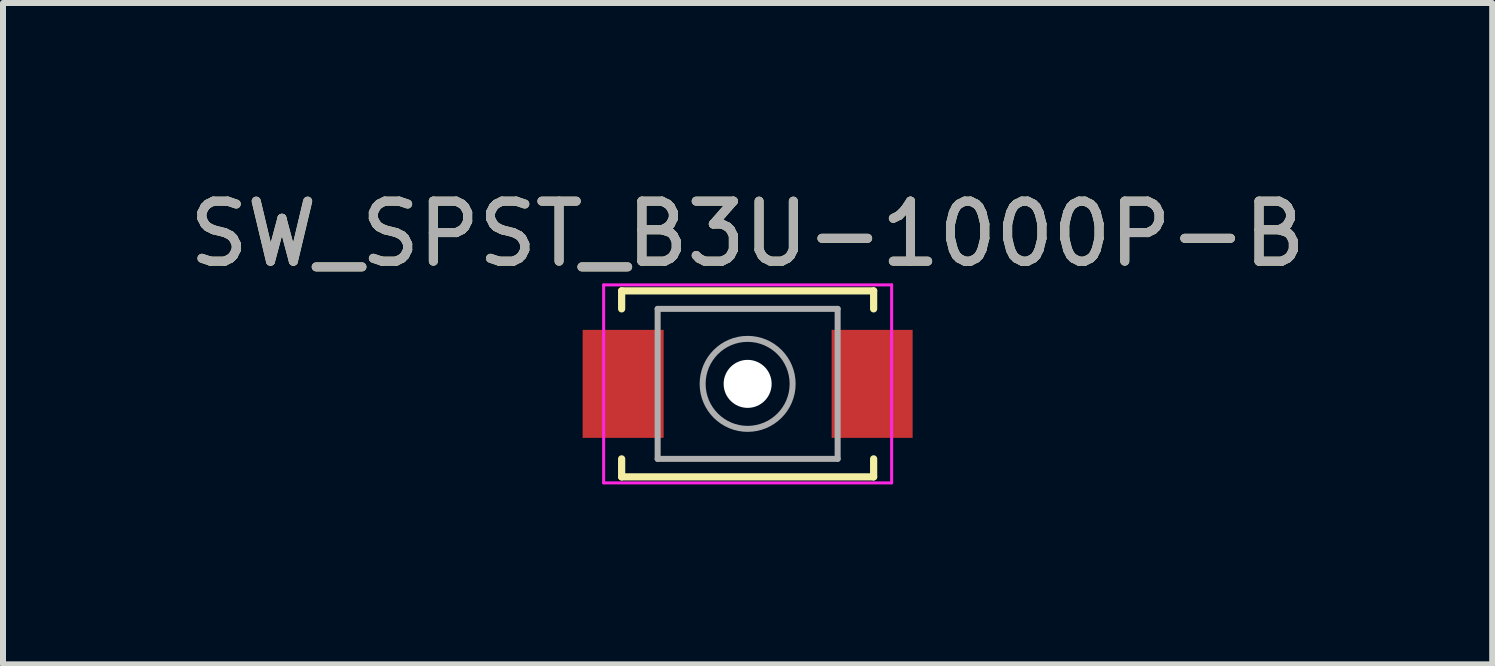
<source format=kicad_pcb>
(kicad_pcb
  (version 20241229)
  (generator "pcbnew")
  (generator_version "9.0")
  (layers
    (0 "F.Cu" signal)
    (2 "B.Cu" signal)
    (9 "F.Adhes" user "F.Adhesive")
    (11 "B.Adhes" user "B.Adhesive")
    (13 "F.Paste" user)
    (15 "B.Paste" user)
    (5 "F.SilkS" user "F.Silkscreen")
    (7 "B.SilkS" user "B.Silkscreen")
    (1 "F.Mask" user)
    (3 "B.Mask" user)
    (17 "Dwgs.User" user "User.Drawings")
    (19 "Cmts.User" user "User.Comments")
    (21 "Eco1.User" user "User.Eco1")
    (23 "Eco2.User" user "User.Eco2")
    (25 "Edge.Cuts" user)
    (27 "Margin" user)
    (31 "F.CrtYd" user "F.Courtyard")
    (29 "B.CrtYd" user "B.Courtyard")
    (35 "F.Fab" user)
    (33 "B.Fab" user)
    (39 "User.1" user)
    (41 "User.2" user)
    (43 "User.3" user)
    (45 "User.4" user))
  (footprint "SW_SPST_B3U-1000P-B"
    (layer "F.Cu")
    (at 9.411 3.348)
    (property "Reference" "SW_SPST_B3U-1000P-B" (at 0 -2.5 0) (layer "F.SilkS") (effects (font (size 1 1) (thickness 0.15))))
    (attr smd)
    (fp_line (start -2.1 -1.55) (end 2.1 -1.55) (stroke (width 0.12) (type solid)) (layer "F.SilkS"))
    (fp_line (start -2.1 -1.25) (end -2.1 -1.55) (stroke (width 0.12) (type solid)) (layer "F.SilkS"))
    (fp_line (start -2.1 1.25) (end -2.1 1.55) (stroke (width 0.12) (type solid)) (layer "F.SilkS"))
    (fp_line (start -2.1 1.55) (end 2.1 1.55) (stroke (width 0.12) (type solid)) (layer "F.SilkS"))
    (fp_line (start 2.1 -1.55) (end 2.1 -1.25) (stroke (width 0.12) (type solid)) (layer "F.SilkS"))
    (fp_line (start 2.1 1.55) (end 2.1 1.25) (stroke (width 0.12) (type solid)) (layer "F.SilkS"))
    (fp_line (start -2.4 -1.65) (end -2.4 1.65) (stroke (width 0.05) (type solid)) (layer "F.CrtYd"))
    (fp_line (start -2.4 1.65) (end 2.4 1.65) (stroke (width 0.05) (type solid)) (layer "F.CrtYd"))
    (fp_line (start 2.4 -1.65) (end -2.4 -1.65) (stroke (width 0.05) (type solid)) (layer "F.CrtYd"))
    (fp_line (start 2.4 1.65) (end 2.4 -1.65) (stroke (width 0.05) (type solid)) (layer "F.CrtYd"))
    (fp_line (start -1.5 -1.25) (end 1.5 -1.25) (stroke (width 0.1) (type solid)) (layer "F.Fab"))
    (fp_line (start -1.5 1.25) (end -1.5 -1.25) (stroke (width 0.1) (type solid)) (layer "F.Fab"))
    (fp_line (start 1.5 -1.25) (end 1.5 1.25) (stroke (width 0.1) (type solid)) (layer "F.Fab"))
    (fp_line (start 1.5 1.25) (end -1.5 1.25) (stroke (width 0.1) (type solid)) (layer "F.Fab"))
    (fp_circle (center 0 0) (end 0.75 0) (stroke (width 0.1) (type solid)) (fill no) (layer "F.Fab"))
    (fp_text user "${REFERENCE}" (at 0 -2.5 0) (layer "F.Fab") (effects (font (size 1 1) (thickness 0.15))))
    (pad "" np_thru_hole circle (at 0 0) (size 0.8 0.8) (drill 0.8) (layers "*.Cu" "*.Mask"))
    (pad "1" smd rect (at -2.075 0) (size 1.35 1.8) (layers "F.Cu" "F.Mask" "F.Paste"))
    (pad "2" smd rect (at 2.075 0) (size 1.35 1.8) (layers "F.Cu" "F.Mask" "F.Paste")))
  (gr_rect
    (start -3 -3)
    (end 21.821 8.023)
    (stroke (width 0.1) (type default))
    (fill no)
    (layer "Edge.Cuts")))
</source>
